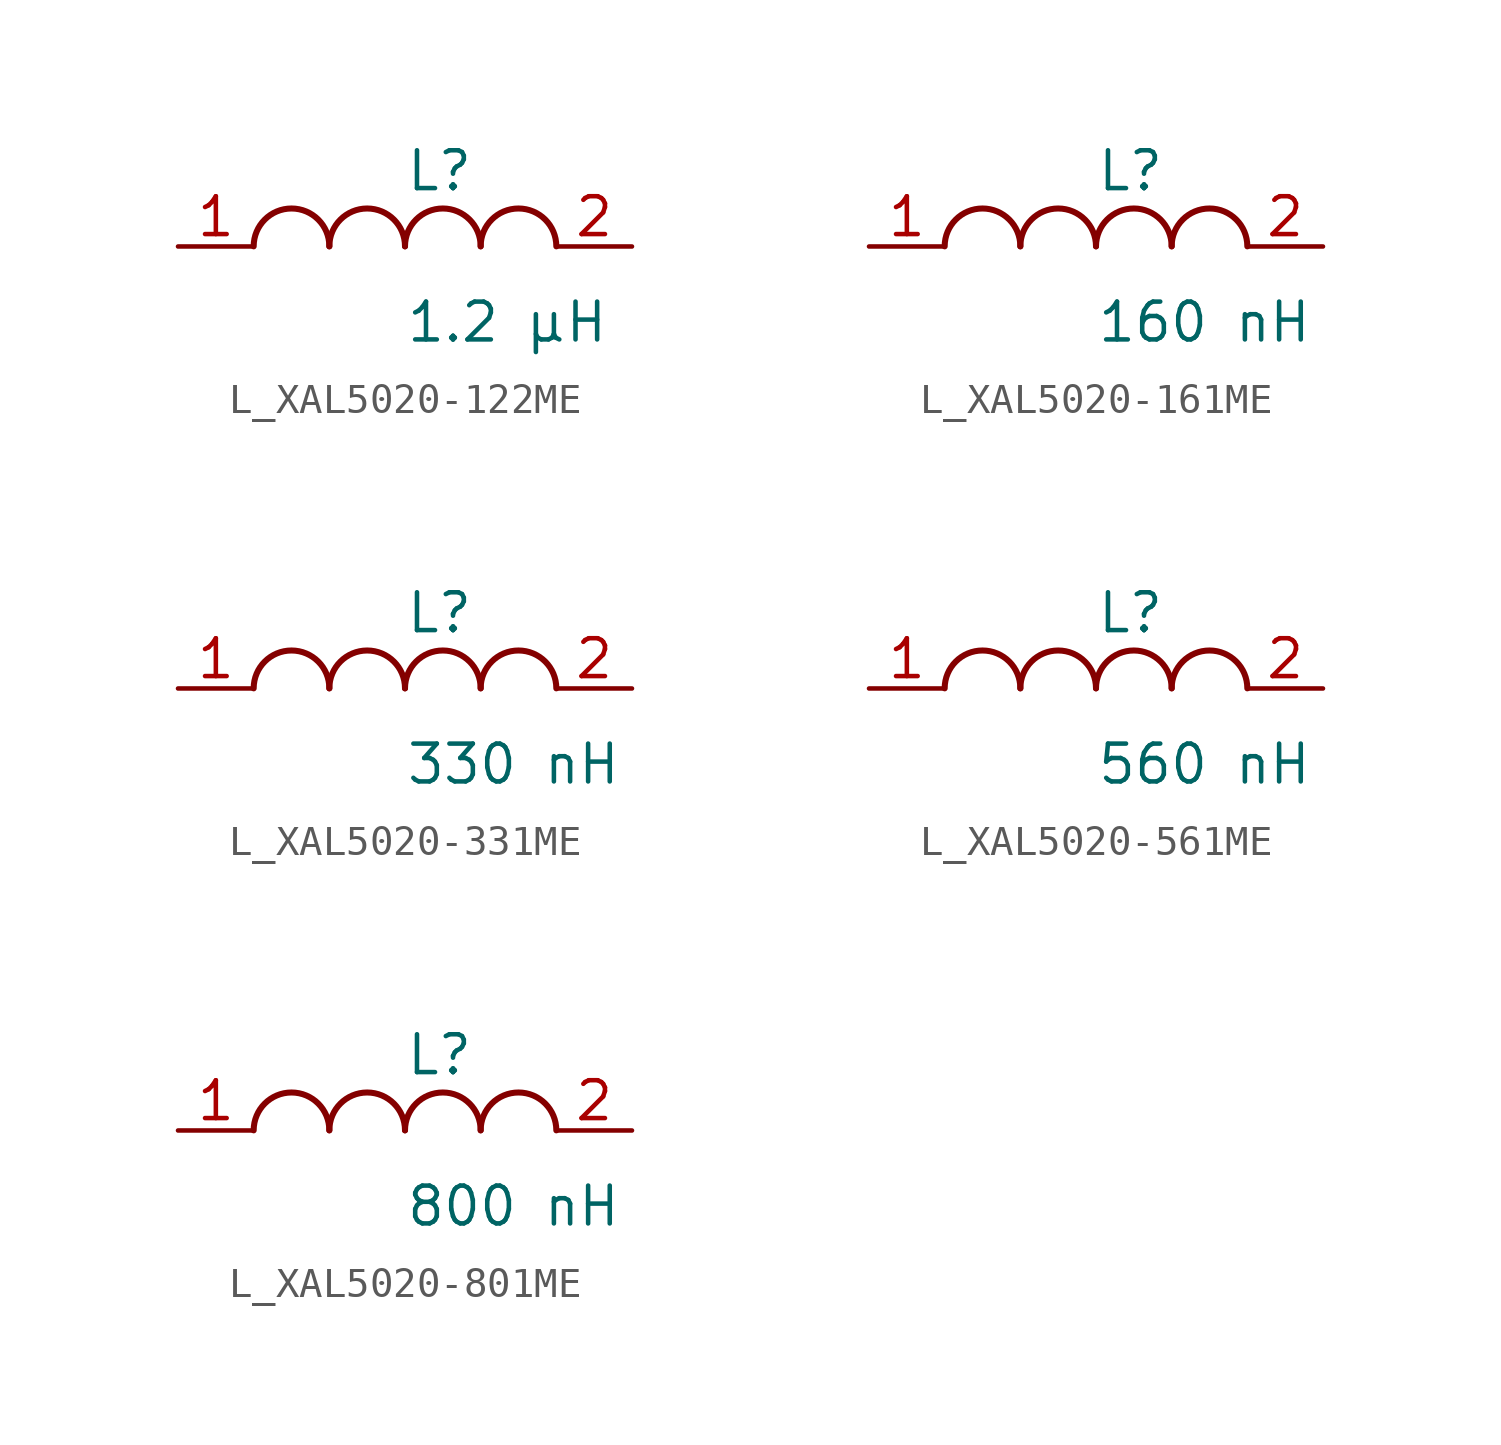
<source format=kicad_sym>
(kicad_symbol_lib
  (version 20231120)
  (generator kicad_symbol_editor)
  (generator_version 8.0)
  (symbol "L_XAL5020-122ME"
    (pin_names
      (offset 0.254))
    (property "Reference" "L"
      (at 0 2.54 0)
      (effects (font (size 1.27 1.27)) (justify left)))
    (property "Value" "1.2 µH"
      (at 0 -2.54 0)
      (effects (font (size 1.27 1.27)) (justify left)))
    (symbol "L_XAL5020-122ME_1_1"
      (arc (start -2.54 0.0056) (mid -3.81 1.27) (end -5.08 0.0056) (stroke (width 0.2032) (type default)) (fill (type none)))
      (arc (start 0 0.0056) (mid -1.27 1.27) (end -2.54 0.0056) (stroke (width 0.2032) (type default)) (fill (type none)))
      (arc (start 2.54 0.0056) (mid 1.27 1.27) (end 0 0.0056) (stroke (width 0.2032) (type default)) (fill (type none)))
      (arc (start 5.08 0.0056) (mid 3.81 1.27) (end 2.54 0.0056) (stroke (width 0.2032) (type default)) (fill (type none)))
      (pin unspecified line (at -7.62 0 0) (length 2.54) (name "" (effects (font (size 1.27 1.27)))) (number "1" (effects (font (size 1.27 1.27)))))
      (pin unspecified line (at 7.62 0 180) (length 2.54) (name "" (effects (font (size 1.27 1.27)))) (number "2" (effects (font (size 1.27 1.27)))))))
  (symbol "L_XAL5020-161ME"
    (pin_names
      (offset 0.254))
    (property "Reference" "L"
      (at 0 2.54 0)
      (effects (font (size 1.27 1.27)) (justify left)))
    (property "Value" "160 nH"
      (at 0 -2.54 0)
      (effects (font (size 1.27 1.27)) (justify left)))
    (symbol "L_XAL5020-161ME_1_1"
      (arc (start -2.54 0.0056) (mid -3.81 1.27) (end -5.08 0.0056) (stroke (width 0.2032) (type default)) (fill (type none)))
      (arc (start 0 0.0056) (mid -1.27 1.27) (end -2.54 0.0056) (stroke (width 0.2032) (type default)) (fill (type none)))
      (arc (start 2.54 0.0056) (mid 1.27 1.27) (end 0 0.0056) (stroke (width 0.2032) (type default)) (fill (type none)))
      (arc (start 5.08 0.0056) (mid 3.81 1.27) (end 2.54 0.0056) (stroke (width 0.2032) (type default)) (fill (type none)))
      (pin unspecified line (at -7.62 0 0) (length 2.54) (name "" (effects (font (size 1.27 1.27)))) (number "1" (effects (font (size 1.27 1.27)))))
      (pin unspecified line (at 7.62 0 180) (length 2.54) (name "" (effects (font (size 1.27 1.27)))) (number "2" (effects (font (size 1.27 1.27)))))))
  (symbol "L_XAL5020-331ME"
    (pin_names
      (offset 0.254))
    (property "Reference" "L"
      (at 0 2.54 0)
      (effects (font (size 1.27 1.27)) (justify left)))
    (property "Value" "330 nH"
      (at 0 -2.54 0)
      (effects (font (size 1.27 1.27)) (justify left)))
    (symbol "L_XAL5020-331ME_1_1"
      (arc (start -2.54 0.0056) (mid -3.81 1.27) (end -5.08 0.0056) (stroke (width 0.2032) (type default)) (fill (type none)))
      (arc (start 0 0.0056) (mid -1.27 1.27) (end -2.54 0.0056) (stroke (width 0.2032) (type default)) (fill (type none)))
      (arc (start 2.54 0.0056) (mid 1.27 1.27) (end 0 0.0056) (stroke (width 0.2032) (type default)) (fill (type none)))
      (arc (start 5.08 0.0056) (mid 3.81 1.27) (end 2.54 0.0056) (stroke (width 0.2032) (type default)) (fill (type none)))
      (pin unspecified line (at -7.62 0 0) (length 2.54) (name "" (effects (font (size 1.27 1.27)))) (number "1" (effects (font (size 1.27 1.27)))))
      (pin unspecified line (at 7.62 0 180) (length 2.54) (name "" (effects (font (size 1.27 1.27)))) (number "2" (effects (font (size 1.27 1.27)))))))
  (symbol "L_XAL5020-561ME"
    (pin_names
      (offset 0.254))
    (property "Reference" "L"
      (at 0 2.54 0)
      (effects (font (size 1.27 1.27)) (justify left)))
    (property "Value" "560 nH"
      (at 0 -2.54 0)
      (effects (font (size 1.27 1.27)) (justify left)))
    (symbol "L_XAL5020-561ME_1_1"
      (arc (start -2.54 0.0056) (mid -3.81 1.27) (end -5.08 0.0056) (stroke (width 0.2032) (type default)) (fill (type none)))
      (arc (start 0 0.0056) (mid -1.27 1.27) (end -2.54 0.0056) (stroke (width 0.2032) (type default)) (fill (type none)))
      (arc (start 2.54 0.0056) (mid 1.27 1.27) (end 0 0.0056) (stroke (width 0.2032) (type default)) (fill (type none)))
      (arc (start 5.08 0.0056) (mid 3.81 1.27) (end 2.54 0.0056) (stroke (width 0.2032) (type default)) (fill (type none)))
      (pin unspecified line (at -7.62 0 0) (length 2.54) (name "" (effects (font (size 1.27 1.27)))) (number "1" (effects (font (size 1.27 1.27)))))
      (pin unspecified line (at 7.62 0 180) (length 2.54) (name "" (effects (font (size 1.27 1.27)))) (number "2" (effects (font (size 1.27 1.27)))))))
  (symbol "L_XAL5020-801ME"
    (pin_names
      (offset 0.254))
    (property "Reference" "L"
      (at 0 2.54 0)
      (effects (font (size 1.27 1.27)) (justify left)))
    (property "Value" "800 nH"
      (at 0 -2.54 0)
      (effects (font (size 1.27 1.27)) (justify left)))
    (symbol "L_XAL5020-801ME_1_1"
      (arc (start -2.54 0.0056) (mid -3.81 1.27) (end -5.08 0.0056) (stroke (width 0.2032) (type default)) (fill (type none)))
      (arc (start 0 0.0056) (mid -1.27 1.27) (end -2.54 0.0056) (stroke (width 0.2032) (type default)) (fill (type none)))
      (arc (start 2.54 0.0056) (mid 1.27 1.27) (end 0 0.0056) (stroke (width 0.2032) (type default)) (fill (type none)))
      (arc (start 5.08 0.0056) (mid 3.81 1.27) (end 2.54 0.0056) (stroke (width 0.2032) (type default)) (fill (type none)))
      (pin unspecified line (at -7.62 0 0) (length 2.54) (name "" (effects (font (size 1.27 1.27)))) (number "1" (effects (font (size 1.27 1.27)))))
      (pin unspecified line (at 7.62 0 180) (length 2.54) (name "" (effects (font (size 1.27 1.27)))) (number "2" (effects (font (size 1.27 1.27))))))))
</source>
